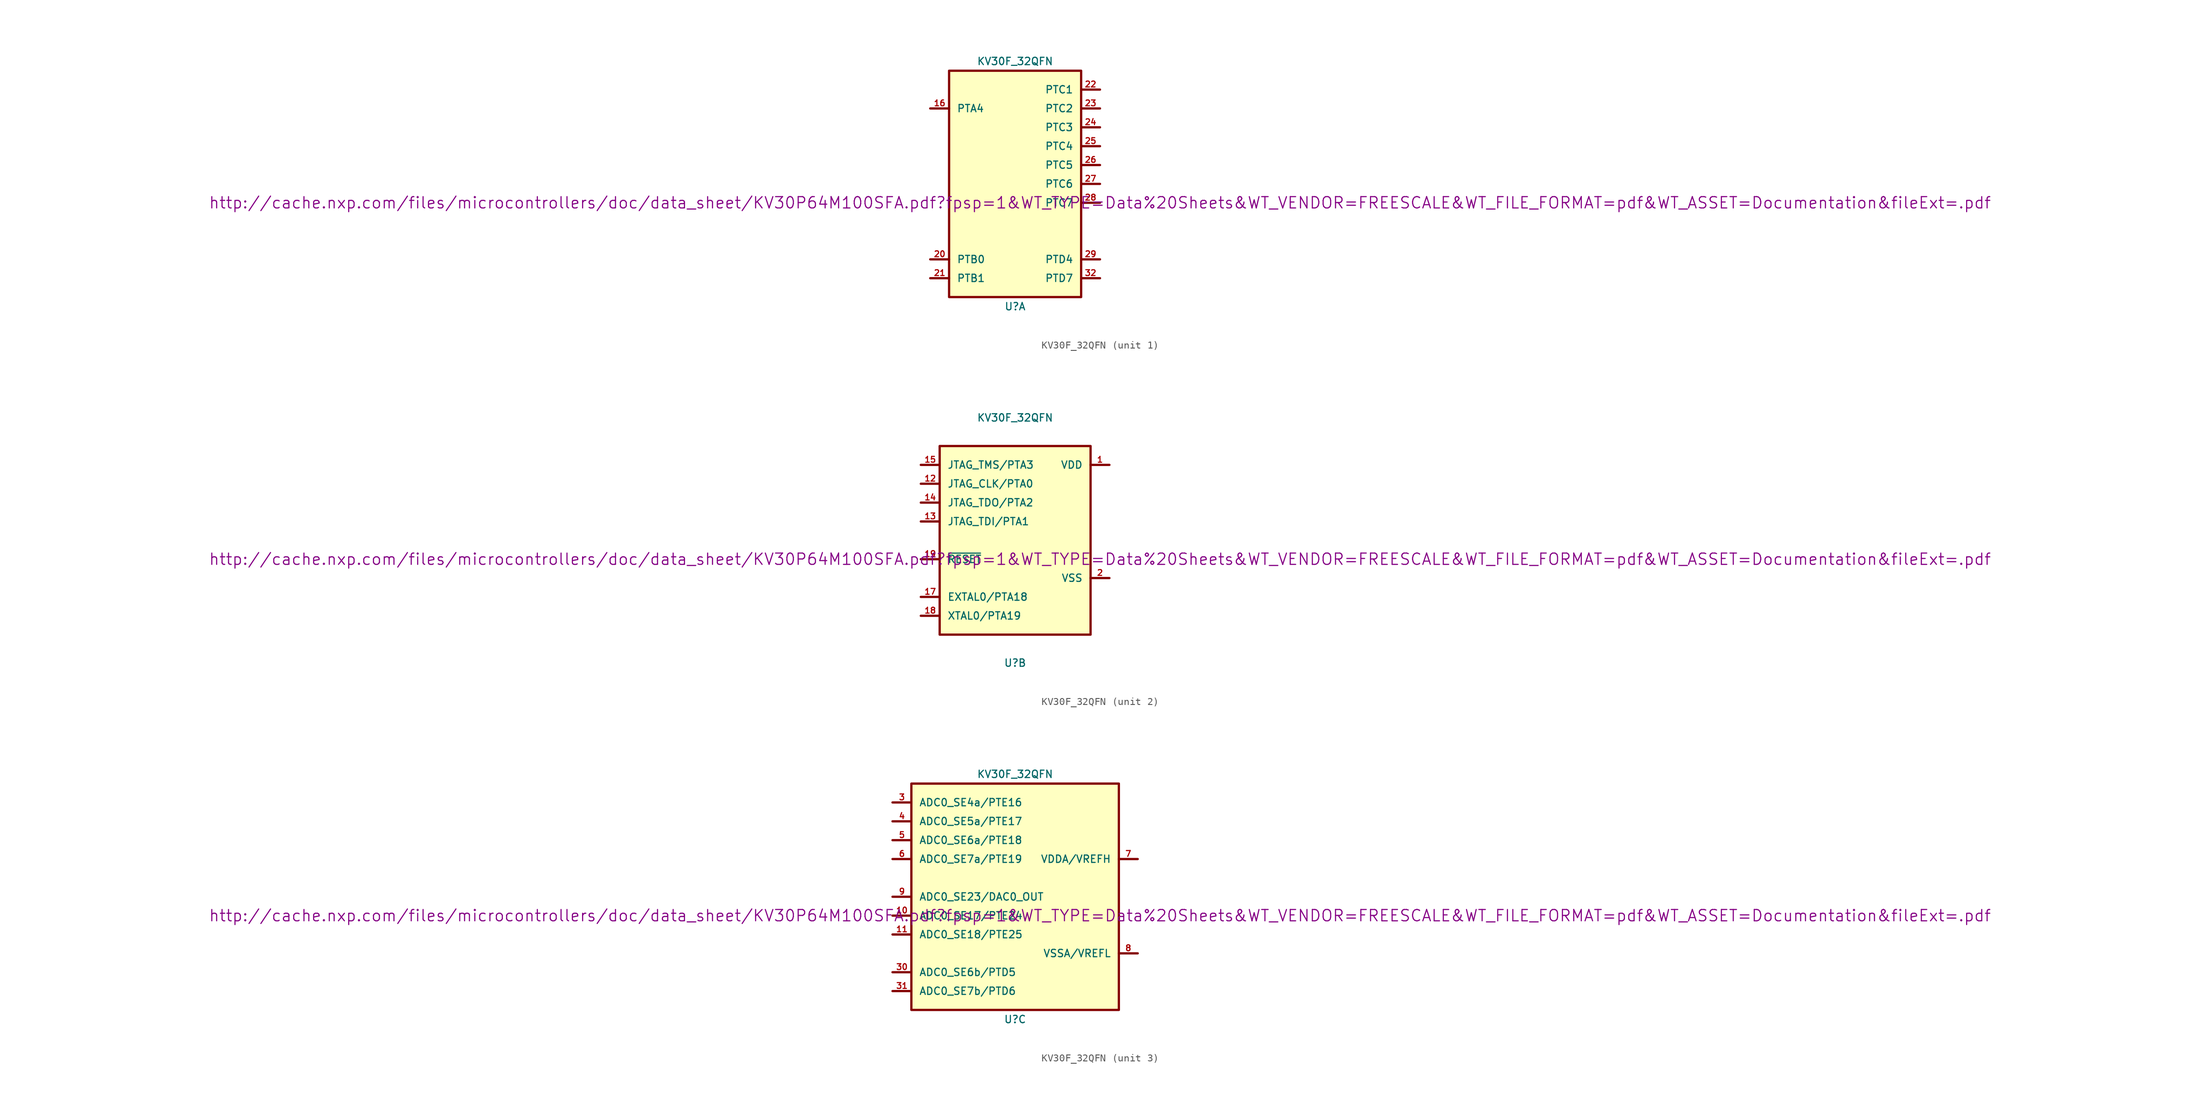
<source format=kicad_sym>
(kicad_symbol_lib
  (version 20211014)
  (generator kicad_symbol_editor)
  (symbol "KV30F_32QFN"
    (pin_names
      (offset 1.016))
    (property "Reference" "U"
      (at 0 -16.51 0)
      (effects (font (size 0.991 0.991))))
    (property "Value" "KV30F_32QFN"
      (at 0 16.51 0)
      (effects (font (size 0.991 0.991))))
    (property "Footprint" ""
      (at 11.43 -2.54 0)
      (effects (font (size 1.524 1.524))))
    (property "Datasheet" "http://cache.nxp.com/files/microcontrollers/doc/data_sheet/KV30P64M100SFA.pdf?fpsp=1&WT_TYPE=Data%20Sheets&WT_VENDOR=FREESCALE&WT_FILE_FORMAT=pdf&WT_ASSET=Documentation&fileExt=.pdf"
      (at 11.43 -2.54 0)
      (effects (font (size 1.524 1.524))))
    (property "ki_locked" ""
      (at 0 0 0)
      (effects (font (size 1.27 1.27))))
    (symbol "KV30F_32QFN_1_1"
      (polyline (pts (xy -11.43 -12.7) (xy -8.89 -12.7)) (stroke (width 0.305) (type default) (color 0 0 0 0)) (fill (type none)))
      (polyline (pts (xy -11.43 10.16) (xy -10.16 10.16) (xy -8.89 10.16)) (stroke (width 0.305) (type default) (color 0 0 0 0)) (fill (type none)))
      (polyline (pts (xy -10.795 -10.16) (xy -11.43 -10.16) (xy -8.89 -10.16)) (stroke (width 0.305) (type default) (color 0 0 0 0)) (fill (type none)))
      (polyline (pts (xy 8.89 -12.7) (xy 11.43 -12.7) (xy 10.795 -12.7)) (stroke (width 0.305) (type default) (color 0 0 0 0)) (fill (type none)))
      (polyline (pts (xy 8.89 -10.16) (xy 11.43 -10.16) (xy 10.795 -10.16)) (stroke (width 0.305) (type default) (color 0 0 0 0)) (fill (type none)))
      (polyline (pts (xy 8.89 -2.54) (xy 11.43 -2.54) (xy 10.795 -2.54)) (stroke (width 0.305) (type default) (color 0 0 0 0)) (fill (type none)))
      (polyline (pts (xy 8.89 0) (xy 11.43 0) (xy 10.795 0)) (stroke (width 0.305) (type default) (color 0 0 0 0)) (fill (type none)))
      (polyline (pts (xy 8.89 2.54) (xy 11.43 2.54) (xy 10.795 2.54)) (stroke (width 0.305) (type default) (color 0 0 0 0)) (fill (type none)))
      (polyline (pts (xy 8.89 5.08) (xy 11.43 5.08) (xy 10.795 5.08)) (stroke (width 0.305) (type default) (color 0 0 0 0)) (fill (type none)))
      (polyline (pts (xy 8.89 7.62) (xy 11.43 7.62) (xy 10.795 7.62)) (stroke (width 0.305) (type default) (color 0 0 0 0)) (fill (type none)))
      (polyline (pts (xy 8.89 10.16) (xy 11.43 10.16) (xy 10.795 10.16)) (stroke (width 0.305) (type default) (color 0 0 0 0)) (fill (type none)))
      (polyline (pts (xy 8.89 12.7) (xy 11.43 12.7) (xy 10.795 12.7)) (stroke (width 0.305) (type default) (color 0 0 0 0)) (fill (type none)))
      (rectangle (start 8.89 -15.24) (end -8.89 15.24) (stroke (width 0.305) (type default) (color 0 0 0 0)) (fill (type background)))
      (pin bidirectional line (at -11.43 10.16 0) (length 2.54) (name "PTA4" (effects (font (size 0.991 0.991)))) (number "16" (effects (font (size 0.787 0.787)))))
      (pin bidirectional line (at -11.43 -10.16 0) (length 2.54) (name "PTB0" (effects (font (size 0.991 0.991)))) (number "20" (effects (font (size 0.787 0.787)))))
      (pin bidirectional line (at -11.43 -12.7 0) (length 2.54) (name "PTB1" (effects (font (size 0.991 0.991)))) (number "21" (effects (font (size 0.787 0.787)))))
      (pin bidirectional line (at 11.43 12.7 180) (length 2.54) (name "PTC1" (effects (font (size 0.991 0.991)))) (number "22" (effects (font (size 0.787 0.787)))))
      (pin bidirectional line (at 11.43 10.16 180) (length 2.54) (name "PTC2" (effects (font (size 0.991 0.991)))) (number "23" (effects (font (size 0.787 0.787)))))
      (pin bidirectional line (at 11.43 7.62 180) (length 2.54) (name "PTC3" (effects (font (size 0.991 0.991)))) (number "24" (effects (font (size 0.787 0.787)))))
      (pin bidirectional line (at 11.43 5.08 180) (length 2.54) (name "PTC4" (effects (font (size 0.991 0.991)))) (number "25" (effects (font (size 0.787 0.787)))))
      (pin bidirectional line (at 11.43 2.54 180) (length 2.54) (name "PTC5" (effects (font (size 0.991 0.991)))) (number "26" (effects (font (size 0.787 0.787)))))
      (pin bidirectional line (at 11.43 0 180) (length 2.54) (name "PTC6" (effects (font (size 0.991 0.991)))) (number "27" (effects (font (size 0.787 0.787)))))
      (pin bidirectional line (at 11.43 -2.54 180) (length 2.54) (name "PTC7" (effects (font (size 0.991 0.991)))) (number "28" (effects (font (size 0.787 0.787)))))
      (pin bidirectional line (at 11.43 -10.16 180) (length 2.54) (name "PTD4" (effects (font (size 0.991 0.991)))) (number "29" (effects (font (size 0.787 0.787)))))
      (pin bidirectional line (at 11.43 -12.7 180) (length 2.54) (name "PTD7" (effects (font (size 0.991 0.991)))) (number "32" (effects (font (size 0.787 0.787))))))
    (symbol "KV30F_32QFN_2_1"
      (rectangle (start -10.16 12.7) (end 10.16 -12.7) (stroke (width 0.305) (type default) (color 0 0 0 0)) (fill (type background)))
      (polyline (pts (xy -12.7 -10.16) (xy -10.16 -10.16)) (stroke (width 0.305) (type default) (color 0 0 0 0)) (fill (type none)))
      (polyline (pts (xy -12.7 -7.62) (xy -10.16 -7.62)) (stroke (width 0.305) (type default) (color 0 0 0 0)) (fill (type none)))
      (polyline (pts (xy -12.7 -2.54) (xy -10.16 -2.54)) (stroke (width 0.305) (type default) (color 0 0 0 0)) (fill (type none)))
      (polyline (pts (xy -12.7 2.54) (xy -10.16 2.54)) (stroke (width 0.305) (type default) (color 0 0 0 0)) (fill (type none)))
      (polyline (pts (xy -12.7 5.08) (xy -10.16 5.08)) (stroke (width 0.305) (type default) (color 0 0 0 0)) (fill (type none)))
      (polyline (pts (xy -12.7 7.62) (xy -10.16 7.62)) (stroke (width 0.305) (type default) (color 0 0 0 0)) (fill (type none)))
      (polyline (pts (xy -12.7 10.16) (xy -10.16 10.16)) (stroke (width 0.305) (type default) (color 0 0 0 0)) (fill (type none)))
      (polyline (pts (xy 10.16 -5.08) (xy 12.7 -5.08)) (stroke (width 0.305) (type default) (color 0 0 0 0)) (fill (type none)))
      (polyline (pts (xy 10.16 10.16) (xy 12.7 10.16)) (stroke (width 0.305) (type default) (color 0 0 0 0)) (fill (type none)))
      (pin power_in line (at 12.7 10.16 180) (length 2.54) (name "VDD" (effects (font (size 0.991 0.991)))) (number "1" (effects (font (size 0.787 0.787)))))
      (pin bidirectional line (at -12.7 7.62 0) (length 2.54) (name "JTAG_CLK/PTA0" (effects (font (size 0.991 0.991)))) (number "12" (effects (font (size 0.787 0.787)))))
      (pin bidirectional line (at -12.7 2.54 0) (length 2.54) (name "JTAG_TDI/PTA1" (effects (font (size 0.991 0.991)))) (number "13" (effects (font (size 0.787 0.787)))))
      (pin bidirectional line (at -12.7 5.08 0) (length 2.54) (name "JTAG_TDO/PTA2" (effects (font (size 0.991 0.991)))) (number "14" (effects (font (size 0.787 0.787)))))
      (pin bidirectional line (at -12.7 10.16 0) (length 2.54) (name "JTAG_TMS/PTA3" (effects (font (size 0.991 0.991)))) (number "15" (effects (font (size 0.787 0.787)))))
      (pin bidirectional line (at -12.7 -7.62 0) (length 2.54) (name "EXTAL0/PTA18" (effects (font (size 0.991 0.991)))) (number "17" (effects (font (size 0.787 0.787)))))
      (pin bidirectional line (at -12.7 -10.16 0) (length 2.54) (name "XTAL0/PTA19" (effects (font (size 0.991 0.991)))) (number "18" (effects (font (size 0.787 0.787)))))
      (pin bidirectional line (at -12.7 -2.54 0) (length 2.54) (name "~{RESET}" (effects (font (size 0.991 0.991)))) (number "19" (effects (font (size 0.787 0.787)))))
      (pin power_in line (at 12.7 -5.08 180) (length 2.54) (name "VSS" (effects (font (size 0.991 0.991)))) (number "2" (effects (font (size 0.787 0.787))))))
    (symbol "KV30F_32QFN_3_1"
      (rectangle (start -13.97 15.24) (end 13.97 -15.24) (stroke (width 0.305) (type default) (color 0 0 0 0)) (fill (type background)))
      (polyline (pts (xy -16.51 -12.7) (xy -13.97 -12.7)) (stroke (width 0.305) (type default) (color 0 0 0 0)) (fill (type none)))
      (polyline (pts (xy -16.51 -10.16) (xy -13.97 -10.16)) (stroke (width 0.305) (type default) (color 0 0 0 0)) (fill (type none)))
      (polyline (pts (xy -16.51 -5.08) (xy -13.97 -5.08)) (stroke (width 0.305) (type default) (color 0 0 0 0)) (fill (type none)))
      (polyline (pts (xy -16.51 -2.54) (xy -13.97 -2.54)) (stroke (width 0.305) (type default) (color 0 0 0 0)) (fill (type none)))
      (polyline (pts (xy -16.51 0) (xy -13.97 0)) (stroke (width 0.305) (type default) (color 0 0 0 0)) (fill (type none)))
      (polyline (pts (xy -16.51 5.08) (xy -13.97 5.08)) (stroke (width 0.305) (type default) (color 0 0 0 0)) (fill (type none)))
      (polyline (pts (xy -16.51 7.62) (xy -13.97 7.62)) (stroke (width 0.305) (type default) (color 0 0 0 0)) (fill (type none)))
      (polyline (pts (xy -16.51 10.16) (xy -13.97 10.16)) (stroke (width 0.305) (type default) (color 0 0 0 0)) (fill (type none)))
      (polyline (pts (xy -16.51 12.7) (xy -13.97 12.7)) (stroke (width 0.305) (type default) (color 0 0 0 0)) (fill (type none)))
      (polyline (pts (xy 13.97 -7.62) (xy 16.51 -7.62)) (stroke (width 0.305) (type default) (color 0 0 0 0)) (fill (type none)))
      (polyline (pts (xy 13.97 5.08) (xy 16.51 5.08)) (stroke (width 0.305) (type default) (color 0 0 0 0)) (fill (type none)))
      (pin input line (at -16.51 -2.54 0) (length 2.54) (name "ADC0_SE17/PTE24" (effects (font (size 0.991 0.991)))) (number "10" (effects (font (size 0.787 0.787)))))
      (pin input line (at -16.51 -5.08 0) (length 2.54) (name "ADC0_SE18/PTE25" (effects (font (size 0.991 0.991)))) (number "11" (effects (font (size 0.787 0.787)))))
      (pin bidirectional line (at -16.51 12.7 0) (length 2.54) (name "ADC0_SE4a/PTE16" (effects (font (size 0.991 0.991)))) (number "3" (effects (font (size 0.787 0.787)))))
      (pin bidirectional line (at -16.51 -10.16 0) (length 2.54) (name "ADC0_SE6b/PTD5" (effects (font (size 0.991 0.991)))) (number "30" (effects (font (size 0.787 0.787)))))
      (pin bidirectional line (at -16.51 -12.7 0) (length 2.54) (name "ADC0_SE7b/PTD6" (effects (font (size 0.991 0.991)))) (number "31" (effects (font (size 0.787 0.787)))))
      (pin bidirectional line (at -16.51 10.16 0) (length 2.54) (name "ADC0_SE5a/PTE17" (effects (font (size 0.991 0.991)))) (number "4" (effects (font (size 0.787 0.787)))))
      (pin bidirectional line (at -16.51 7.62 0) (length 2.54) (name "ADC0_SE6a/PTE18" (effects (font (size 0.991 0.991)))) (number "5" (effects (font (size 0.787 0.787)))))
      (pin bidirectional line (at -16.51 5.08 0) (length 2.54) (name "ADC0_SE7a/PTE19" (effects (font (size 0.991 0.991)))) (number "6" (effects (font (size 0.787 0.787)))))
      (pin power_in line (at 16.51 5.08 180) (length 2.54) (name "VDDA/VREFH" (effects (font (size 0.991 0.991)))) (number "7" (effects (font (size 0.787 0.787)))))
      (pin power_in line (at 16.51 -7.62 180) (length 2.54) (name "VSSA/VREFL" (effects (font (size 0.991 0.991)))) (number "8" (effects (font (size 0.787 0.787)))))
      (pin bidirectional line (at -16.51 0 0) (length 2.54) (name "ADC0_SE23/DAC0_OUT" (effects (font (size 0.991 0.991)))) (number "9" (effects (font (size 0.787 0.787))))))))
</source>
